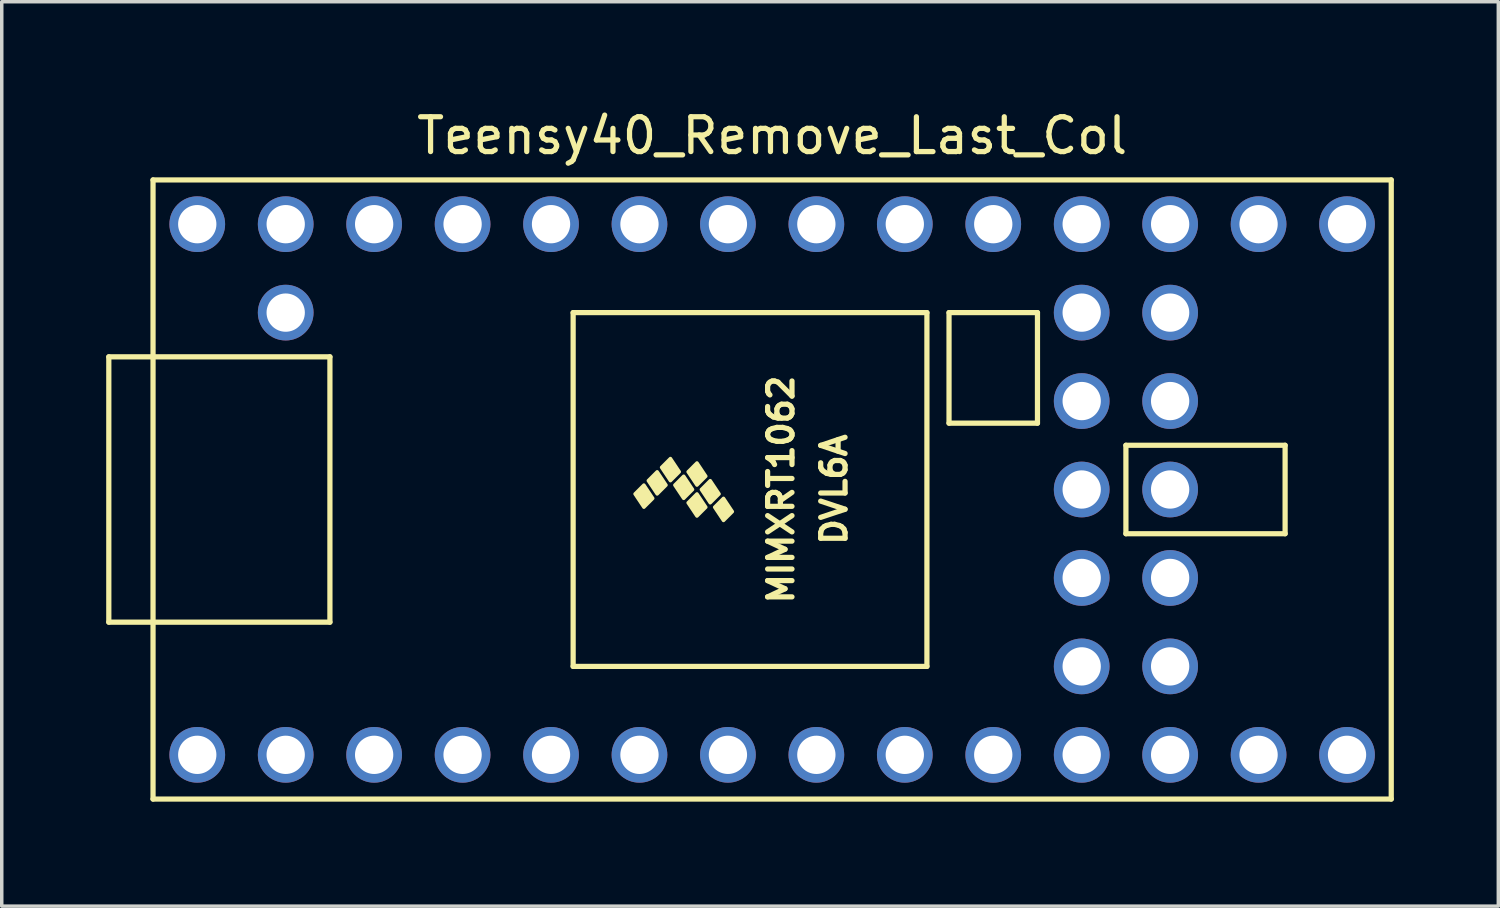
<source format=kicad_pcb>
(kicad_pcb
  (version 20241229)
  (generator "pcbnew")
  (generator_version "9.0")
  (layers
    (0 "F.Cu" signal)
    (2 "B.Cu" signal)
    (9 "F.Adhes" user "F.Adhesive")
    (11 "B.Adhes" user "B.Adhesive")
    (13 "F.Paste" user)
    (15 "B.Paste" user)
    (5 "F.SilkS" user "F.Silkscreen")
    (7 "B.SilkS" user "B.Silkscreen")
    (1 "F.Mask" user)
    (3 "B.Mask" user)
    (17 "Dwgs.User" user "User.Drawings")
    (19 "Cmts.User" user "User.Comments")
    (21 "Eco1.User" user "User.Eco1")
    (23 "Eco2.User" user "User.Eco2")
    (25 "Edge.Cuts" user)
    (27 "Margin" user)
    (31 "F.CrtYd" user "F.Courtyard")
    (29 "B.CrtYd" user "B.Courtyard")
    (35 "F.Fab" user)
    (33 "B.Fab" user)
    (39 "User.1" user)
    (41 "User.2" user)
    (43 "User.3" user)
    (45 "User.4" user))
  (footprint "Teensy40_Remove_Last_Col"
    (layer "F.Cu")
    (at 19.125 11.008)
    (property "Reference" "Teensy40_Remove_Last_Col" (at 0 -10.16 0) (layer "F.SilkS") (effects (font (size 1 1) (thickness 0.15))))
    (attr through_hole)
    (fp_line (start -19.05 -3.81) (end -17.78 -3.81) (stroke (width 0.15) (type solid)) (layer "F.SilkS"))
    (fp_line (start -19.05 3.81) (end -19.05 -3.81) (stroke (width 0.15) (type solid)) (layer "F.SilkS"))
    (fp_line (start -17.78 -8.89) (end 17.78 -8.89) (stroke (width 0.15) (type solid)) (layer "F.SilkS"))
    (fp_line (start -17.78 3.81) (end -19.05 3.81) (stroke (width 0.15) (type solid)) (layer "F.SilkS"))
    (fp_line (start -17.78 8.89) (end -17.78 -8.89) (stroke (width 0.15) (type solid)) (layer "F.SilkS"))
    (fp_line (start -12.7 -3.81) (end -17.78 -3.81) (stroke (width 0.15) (type solid)) (layer "F.SilkS"))
    (fp_line (start -12.7 3.81) (end -17.78 3.81) (stroke (width 0.15) (type solid)) (layer "F.SilkS"))
    (fp_line (start -12.7 3.81) (end -12.7 -3.81) (stroke (width 0.15) (type solid)) (layer "F.SilkS"))
    (fp_line (start -5.715 -5.08) (end -5.715 5.08) (stroke (width 0.15) (type solid)) (layer "F.SilkS"))
    (fp_line (start 4.445 -5.08) (end -5.715 -5.08) (stroke (width 0.15) (type solid)) (layer "F.SilkS"))
    (fp_line (start 4.445 5.08) (end -5.715 5.08) (stroke (width 0.15) (type solid)) (layer "F.SilkS"))
    (fp_line (start 4.445 5.08) (end 4.445 -5.08) (stroke (width 0.15) (type solid)) (layer "F.SilkS"))
    (fp_line (start 5.08 -5.08) (end 7.62 -5.08) (stroke (width 0.15) (type solid)) (layer "F.SilkS"))
    (fp_line (start 5.08 -1.905) (end 5.08 -5.08) (stroke (width 0.15) (type solid)) (layer "F.SilkS"))
    (fp_line (start 7.62 -5.08) (end 7.62 -1.905) (stroke (width 0.15) (type solid)) (layer "F.SilkS"))
    (fp_line (start 7.62 -1.905) (end 5.08 -1.905) (stroke (width 0.15) (type solid)) (layer "F.SilkS"))
    (fp_line (start 10.16 -1.27) (end 14.732 -1.27) (stroke (width 0.15) (type solid)) (layer "F.SilkS"))
    (fp_line (start 10.16 1.27) (end 10.16 -1.27) (stroke (width 0.15) (type solid)) (layer "F.SilkS"))
    (fp_line (start 14.732 -1.27) (end 14.732 1.27) (stroke (width 0.15) (type solid)) (layer "F.SilkS"))
    (fp_line (start 14.732 1.27) (end 10.16 1.27) (stroke (width 0.15) (type solid)) (layer "F.SilkS"))
    (fp_line (start 17.78 -8.89) (end 17.78 8.89) (stroke (width 0.15) (type solid)) (layer "F.SilkS"))
    (fp_line (start 17.78 8.89) (end -17.78 8.89) (stroke (width 0.15) (type solid)) (layer "F.SilkS"))
    (fp_poly (pts (xy -3.937 0.127) (xy -3.683 -0.127) (xy -3.429 0.254) (xy -3.683 0.508)) (stroke (width 0.1) (type solid)) (fill yes) (layer "F.SilkS"))
    (fp_poly (pts (xy -3.556 -0.254) (xy -3.302 -0.508) (xy -3.048 -0.127) (xy -3.302 0.127)) (stroke (width 0.1) (type solid)) (fill yes) (layer "F.SilkS"))
    (fp_poly (pts (xy -3.175 -0.635) (xy -2.921 -0.889) (xy -2.667 -0.508) (xy -2.921 -0.254)) (stroke (width 0.1) (type solid)) (fill yes) (layer "F.SilkS"))
    (fp_poly (pts (xy -2.794 -0.127) (xy -2.54 -0.381) (xy -2.286 0) (xy -2.54 0.254)) (stroke (width 0.1) (type solid)) (fill yes) (layer "F.SilkS"))
    (fp_poly (pts (xy -2.413 -0.508) (xy -2.159 -0.762) (xy -1.905 -0.381) (xy -2.159 -0.127)) (stroke (width 0.1) (type solid)) (fill yes) (layer "F.SilkS"))
    (fp_poly (pts (xy -2.413 0.381) (xy -2.159 0.127) (xy -1.905 0.508) (xy -2.159 0.762)) (stroke (width 0.1) (type solid)) (fill yes) (layer "F.SilkS"))
    (fp_poly (pts (xy -2.032 0) (xy -1.778 -0.254) (xy -1.524 0.127) (xy -1.778 0.381)) (stroke (width 0.1) (type solid)) (fill yes) (layer "F.SilkS"))
    (fp_poly (pts (xy -1.651 0.508) (xy -1.397 0.254) (xy -1.143 0.635) (xy -1.397 0.889)) (stroke (width 0.1) (type solid)) (fill yes) (layer "F.SilkS"))
    (fp_text user "DVL6A" (at 1.778 0 90) (layer "F.SilkS") (effects (font (size 0.7 0.7) (thickness 0.15))))
    (fp_text user "MIMXRT1062" (at 0.254 0 90) (layer "F.SilkS") (effects (font (size 0.7 0.7) (thickness 0.15))))
    (pad "1" thru_hole circle (at -16.51 7.62) (size 1.6 1.6) (drill 1.1) (layers "*.Cu" "*.Mask"))
    (pad "2" thru_hole circle (at -13.97 7.62) (size 1.6 1.6) (drill 1.1) (layers "*.Cu" "*.Mask"))
    (pad "3" thru_hole circle (at -11.43 7.62) (size 1.6 1.6) (drill 1.1) (layers "*.Cu" "*.Mask"))
    (pad "4" thru_hole circle (at -8.89 7.62) (size 1.6 1.6) (drill 1.1) (layers "*.Cu" "*.Mask"))
    (pad "5" thru_hole circle (at -6.35 7.62) (size 1.6 1.6) (drill 1.1) (layers "*.Cu" "*.Mask"))
    (pad "6" thru_hole circle (at -3.81 7.62) (size 1.6 1.6) (drill 1.1) (layers "*.Cu" "*.Mask"))
    (pad "7" thru_hole circle (at -1.27 7.62) (size 1.6 1.6) (drill 1.1) (layers "*.Cu" "*.Mask"))
    (pad "8" thru_hole circle (at 1.27 7.62) (size 1.6 1.6) (drill 1.1) (layers "*.Cu" "*.Mask"))
    (pad "9" thru_hole circle (at 3.81 7.62) (size 1.6 1.6) (drill 1.1) (layers "*.Cu" "*.Mask"))
    (pad "10" thru_hole circle (at 6.35 7.62) (size 1.6 1.6) (drill 1.1) (layers "*.Cu" "*.Mask"))
    (pad "11" thru_hole circle (at 8.89 7.62) (size 1.6 1.6) (drill 1.1) (layers "*.Cu" "*.Mask"))
    (pad "12" thru_hole circle (at 11.43 7.62) (size 1.6 1.6) (drill 1.1) (layers "*.Cu" "*.Mask"))
    (pad "13" thru_hole circle (at 13.97 7.62) (size 1.6 1.6) (drill 1.1) (layers "*.Cu" "*.Mask"))
    (pad "14" thru_hole circle (at 16.51 7.62) (size 1.6 1.6) (drill 1.1) (layers "*.Cu" "*.Mask"))
    (pad "20" thru_hole circle (at 16.51 -7.62) (size 1.6 1.6) (drill 1.1) (layers "*.Cu" "*.Mask"))
    (pad "21" thru_hole circle (at 13.97 -7.62) (size 1.6 1.6) (drill 1.1) (layers "*.Cu" "*.Mask"))
    (pad "22" thru_hole circle (at 11.43 -7.62) (size 1.6 1.6) (drill 1.1) (layers "*.Cu" "*.Mask"))
    (pad "23" thru_hole circle (at 8.89 -7.62) (size 1.6 1.6) (drill 1.1) (layers "*.Cu" "*.Mask"))
    (pad "24" thru_hole circle (at 6.35 -7.62) (size 1.6 1.6) (drill 1.1) (layers "*.Cu" "*.Mask"))
    (pad "25" thru_hole circle (at 3.81 -7.62) (size 1.6 1.6) (drill 1.1) (layers "*.Cu" "*.Mask"))
    (pad "26" thru_hole circle (at 1.27 -7.62) (size 1.6 1.6) (drill 1.1) (layers "*.Cu" "*.Mask"))
    (pad "27" thru_hole circle (at -1.27 -7.62) (size 1.6 1.6) (drill 1.1) (layers "*.Cu" "*.Mask"))
    (pad "28" thru_hole circle (at -3.81 -7.62) (size 1.6 1.6) (drill 1.1) (layers "*.Cu" "*.Mask"))
    (pad "29" thru_hole circle (at -6.35 -7.62) (size 1.6 1.6) (drill 1.1) (layers "*.Cu" "*.Mask"))
    (pad "30" thru_hole circle (at -8.89 -7.62) (size 1.6 1.6) (drill 1.1) (layers "*.Cu" "*.Mask"))
    (pad "31" thru_hole circle (at -11.43 -7.62) (size 1.6 1.6) (drill 1.1) (layers "*.Cu" "*.Mask"))
    (pad "32" thru_hole circle (at -13.97 -7.62) (size 1.6 1.6) (drill 1.1) (layers "*.Cu" "*.Mask"))
    (pad "33" thru_hole circle (at -16.51 -7.62) (size 1.6 1.6) (drill 1.1) (layers "*.Cu" "*.Mask"))
    (pad "34" thru_hole circle (at -13.97 -5.08) (size 1.6 1.6) (drill 1.1) (layers "*.Cu" "*.Mask"))
    (pad "35" thru_hole circle (at 11.43 -5.08) (size 1.6 1.6) (drill 1.1) (layers "*.Cu" "*.Mask"))
    (pad "36" thru_hole circle (at 8.89 -5.08) (size 1.6 1.6) (drill 1.1) (layers "*.Cu" "*.Mask"))
    (pad "37" thru_hole circle (at 11.43 -2.54) (size 1.6 1.6) (drill 1.1) (layers "*.Cu" "*.Mask"))
    (pad "38" thru_hole circle (at 8.89 -2.54) (size 1.6 1.6) (drill 1.1) (layers "*.Cu" "*.Mask"))
    (pad "39" thru_hole circle (at 11.43 0) (size 1.6 1.6) (drill 1.1) (layers "*.Cu" "*.Mask"))
    (pad "40" thru_hole circle (at 8.89 0) (size 1.6 1.6) (drill 1.1) (layers "*.Cu" "*.Mask"))
    (pad "41" thru_hole circle (at 11.43 2.54) (size 1.6 1.6) (drill 1.1) (layers "*.Cu" "*.Mask"))
    (pad "42" thru_hole circle (at 8.89 2.54) (size 1.6 1.6) (drill 1.1) (layers "*.Cu" "*.Mask"))
    (pad "43" thru_hole circle (at 11.43 5.08) (size 1.6 1.6) (drill 1.1) (layers "*.Cu" "*.Mask"))
    (pad "44" thru_hole circle (at 8.89 5.08) (size 1.6 1.6) (drill 1.1) (layers "*.Cu" "*.Mask")))
  (gr_rect
    (start -3 -3)
    (end 39.98 22.973)
    (stroke (width 0.1) (type default))
    (fill no)
    (layer "Edge.Cuts")))
</source>
